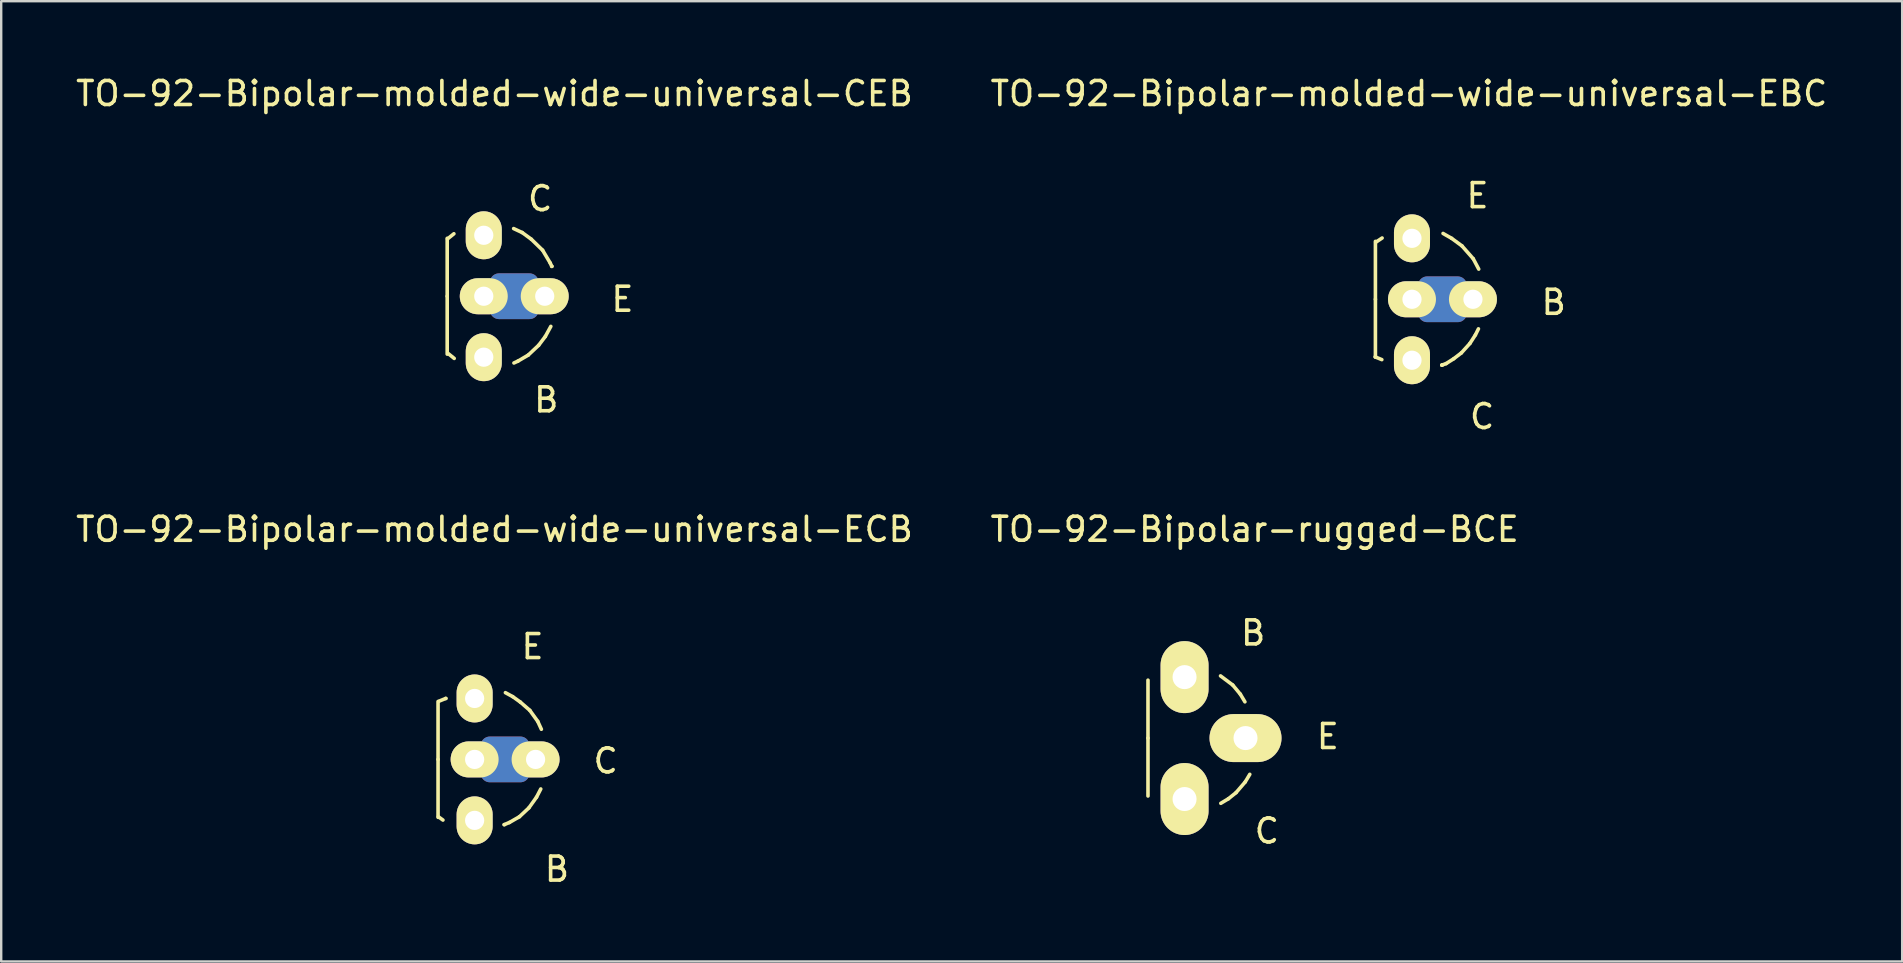
<source format=kicad_pcb>
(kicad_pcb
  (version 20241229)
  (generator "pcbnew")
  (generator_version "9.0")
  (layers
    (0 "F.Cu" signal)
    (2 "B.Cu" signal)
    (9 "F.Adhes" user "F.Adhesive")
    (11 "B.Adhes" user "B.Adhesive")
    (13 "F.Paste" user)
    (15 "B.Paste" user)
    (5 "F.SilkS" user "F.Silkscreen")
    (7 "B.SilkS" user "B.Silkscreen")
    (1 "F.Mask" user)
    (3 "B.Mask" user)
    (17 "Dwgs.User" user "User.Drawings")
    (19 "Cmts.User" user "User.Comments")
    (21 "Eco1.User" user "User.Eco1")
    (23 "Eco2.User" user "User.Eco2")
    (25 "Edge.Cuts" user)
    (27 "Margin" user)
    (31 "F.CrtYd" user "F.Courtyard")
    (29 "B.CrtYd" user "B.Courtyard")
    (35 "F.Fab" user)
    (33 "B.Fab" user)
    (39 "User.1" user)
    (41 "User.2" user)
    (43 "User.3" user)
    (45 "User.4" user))
  (footprint "TO-92-Bipolar-molded-wide-universal-ECB"
    (layer "F.Cu")
    (at 16.728 28.595)
    (property "Reference" "TO-92-Bipolar-molded-wide-universal-ECB" (at 0.826 -9.588 0) (layer "F.SilkS") (effects (font (size 1 1) (thickness 0.15))))
    (attr through_hole)
    (fp_line (start 0.635 -0.572) (end 1.905 -0.572) (stroke (width 0.762) (type solid)) (layer "F.Cu"))
    (fp_line (start 0.635 0.572) (end 1.905 0.572) (stroke (width 0.762) (type solid)) (layer "F.Cu"))
    (fp_line (start 0.889 0) (end 1.524 0) (stroke (width 0.762) (type solid)) (layer "F.Cu"))
    (fp_line (start 0.635 -0.572) (end 1.905 -0.572) (stroke (width 0.762) (type solid)) (layer "B.Cu"))
    (fp_line (start 0.635 0.572) (end 1.905 0.572) (stroke (width 0.762) (type solid)) (layer "B.Cu"))
    (fp_line (start 0.889 0) (end 1.524 0) (stroke (width 0.762) (type solid)) (layer "B.Cu"))
    (fp_line (start -1.524 0) (end -1.524 -2.413) (stroke (width 0.15) (type solid)) (layer "F.SilkS"))
    (fp_line (start -1.524 0) (end -1.524 2.413) (stroke (width 0.15) (type solid)) (layer "F.SilkS"))
    (fp_line (start -1.511 2.388) (end -1.321 2.527) (stroke (width 0.15) (type solid)) (layer "F.SilkS"))
    (fp_line (start -1.486 -2.426) (end -1.206 -2.54) (stroke (width 0.15) (type solid)) (layer "F.SilkS"))
    (fp_line (start -1.206 -2.54) (end -1.194 -2.54) (stroke (width 0.15) (type solid)) (layer "F.SilkS"))
    (fp_line (start 1.232 2.718) (end 1.245 2.718) (stroke (width 0.15) (type solid)) (layer "F.SilkS"))
    (fp_line (start 1.283 -2.781) (end 1.587 -2.616) (stroke (width 0.15) (type solid)) (layer "F.SilkS"))
    (fp_line (start 1.448 2.629) (end 1.232 2.718) (stroke (width 0.15) (type solid)) (layer "F.SilkS"))
    (fp_line (start 1.587 -2.616) (end 1.905 -2.388) (stroke (width 0.15) (type solid)) (layer "F.SilkS"))
    (fp_line (start 1.867 2.388) (end 1.448 2.629) (stroke (width 0.15) (type solid)) (layer "F.SilkS"))
    (fp_line (start 1.905 -2.388) (end 2.299 -2.045) (stroke (width 0.15) (type solid)) (layer "F.SilkS"))
    (fp_line (start 2.261 2.019) (end 1.867 2.388) (stroke (width 0.15) (type solid)) (layer "F.SilkS"))
    (fp_line (start 2.299 -2.045) (end 2.629 -1.587) (stroke (width 0.15) (type solid)) (layer "F.SilkS"))
    (fp_line (start 2.578 1.575) (end 2.261 2.019) (stroke (width 0.15) (type solid)) (layer "F.SilkS"))
    (fp_line (start 2.629 -1.587) (end 2.781 -1.257) (stroke (width 0.15) (type solid)) (layer "F.SilkS"))
    (fp_line (start 2.756 1.232) (end 2.578 1.575) (stroke (width 0.15) (type solid)) (layer "F.SilkS"))
    (fp_text user "C" (at 5.461 0.064 0) (layer "F.SilkS") (effects (font (size 1 1) (thickness 0.15))))
    (fp_text user "B" (at 3.429 4.572 0) (layer "F.SilkS") (effects (font (size 1 1) (thickness 0.15))))
    (fp_text user "E" (at 2.413 -4.699 0) (layer "F.SilkS") (effects (font (size 1 1) (thickness 0.15))))
    (pad "B" thru_hole oval (at 0 2.54) (size 1.501 1.999) (drill 0.8) (layers "*.Cu" "*.Mask" "F.SilkS"))
    (pad "C" thru_hole oval (at 0 0 90) (size 1.501 1.999) (drill 0.8) (layers "*.Cu" "*.Mask" "F.SilkS"))
    (pad "C" thru_hole oval (at 2.54 0) (size 1.999 1.501) (drill 0.8) (layers "*.Cu" "*.Mask" "F.SilkS"))
    (pad "E" thru_hole oval (at 0 -2.54) (size 1.501 1.999) (drill 0.8) (layers "*.Cu" "*.Mask" "F.SilkS")))
  (footprint "TO-92-Bipolar-rugged-BCE"
    (layer "F.Cu")
    (at 46.311 27.706)
    (property "Reference" "TO-92-Bipolar-rugged-BCE" (at 2.921 -8.7 0) (layer "F.SilkS") (effects (font (size 1 1) (thickness 0.15))))
    (attr through_hole)
    (fp_line (start -1.524 0) (end -1.524 -2.413) (stroke (width 0.15) (type solid)) (layer "F.SilkS"))
    (fp_line (start -1.524 0) (end -1.524 2.413) (stroke (width 0.15) (type solid)) (layer "F.SilkS"))
    (fp_line (start 1.499 -2.591) (end 2.007 -2.21) (stroke (width 0.15) (type solid)) (layer "F.SilkS"))
    (fp_line (start 1.829 2.527) (end 1.511 2.718) (stroke (width 0.15) (type solid)) (layer "F.SilkS"))
    (fp_line (start 2.007 -2.21) (end 2.324 -1.829) (stroke (width 0.15) (type solid)) (layer "F.SilkS"))
    (fp_line (start 2.146 2.273) (end 1.829 2.527) (stroke (width 0.15) (type solid)) (layer "F.SilkS"))
    (fp_line (start 2.324 -1.829) (end 2.515 -1.511) (stroke (width 0.15) (type solid)) (layer "F.SilkS"))
    (fp_line (start 2.527 1.829) (end 2.146 2.273) (stroke (width 0.15) (type solid)) (layer "F.SilkS"))
    (fp_line (start 2.718 1.511) (end 2.527 1.829) (stroke (width 0.15) (type solid)) (layer "F.SilkS"))
    (fp_text user "E" (at 5.969 -0.064 0) (layer "F.SilkS") (effects (font (size 1 1) (thickness 0.15))))
    (fp_text user "C" (at 3.429 3.873 0) (layer "F.SilkS") (effects (font (size 1 1) (thickness 0.15))))
    (fp_text user "B" (at 2.857 -4.381 0) (layer "F.SilkS") (effects (font (size 1 1) (thickness 0.15))))
    (pad "B" thru_hole oval (at 0 -2.54) (size 1.999 3) (drill 1.001) (layers "*.Cu" "*.Mask" "F.SilkS"))
    (pad "C" thru_hole oval (at 0 2.54) (size 1.999 3) (drill 1.001) (layers "*.Cu" "*.Mask" "F.SilkS"))
    (pad "E" thru_hole oval (at 2.54 0) (size 3 1.999) (drill 1.001) (layers "*.Cu" "*.Mask" "F.SilkS")))
  (footprint "TO-92-Bipolar-molded-wide-universal-EBC"
    (layer "F.Cu")
    (at 55.788 9.421)
    (property "Reference" "TO-92-Bipolar-molded-wide-universal-EBC" (at -0.127 -8.572 0) (layer "F.SilkS") (effects (font (size 1 1) (thickness 0.15))))
    (attr through_hole)
    (fp_line (start 0.635 -0.572) (end 1.905 -0.572) (stroke (width 0.762) (type solid)) (layer "F.Cu"))
    (fp_line (start 0.635 0.572) (end 1.905 0.572) (stroke (width 0.762) (type solid)) (layer "F.Cu"))
    (fp_line (start 0.889 0) (end 1.524 0) (stroke (width 0.762) (type solid)) (layer "F.Cu"))
    (fp_line (start 0.635 -0.572) (end 1.905 -0.572) (stroke (width 0.762) (type solid)) (layer "B.Cu"))
    (fp_line (start 0.635 0.572) (end 1.905 0.572) (stroke (width 0.762) (type solid)) (layer "B.Cu"))
    (fp_line (start 0.889 0) (end 1.524 0) (stroke (width 0.762) (type solid)) (layer "B.Cu"))
    (fp_line (start -1.537 2.4) (end -1.257 2.515) (stroke (width 0.15) (type solid)) (layer "F.SilkS"))
    (fp_line (start -1.524 0) (end -1.524 -2.413) (stroke (width 0.15) (type solid)) (layer "F.SilkS"))
    (fp_line (start -1.524 0) (end -1.524 2.413) (stroke (width 0.15) (type solid)) (layer "F.SilkS"))
    (fp_line (start -1.511 -2.375) (end -1.245 -2.553) (stroke (width 0.15) (type solid)) (layer "F.SilkS"))
    (fp_line (start 1.245 2.743) (end 1.257 2.743) (stroke (width 0.15) (type solid)) (layer "F.SilkS"))
    (fp_line (start 1.257 2.743) (end 1.245 2.743) (stroke (width 0.15) (type solid)) (layer "F.SilkS"))
    (fp_line (start 1.295 -2.743) (end 1.651 -2.54) (stroke (width 0.15) (type solid)) (layer "F.SilkS"))
    (fp_line (start 1.422 2.68) (end 1.245 2.743) (stroke (width 0.15) (type solid)) (layer "F.SilkS"))
    (fp_line (start 1.651 -2.54) (end 2.083 -2.223) (stroke (width 0.15) (type solid)) (layer "F.SilkS"))
    (fp_line (start 1.74 2.477) (end 1.422 2.68) (stroke (width 0.15) (type solid)) (layer "F.SilkS"))
    (fp_line (start 2.057 2.235) (end 1.74 2.477) (stroke (width 0.15) (type solid)) (layer "F.SilkS"))
    (fp_line (start 2.083 -2.223) (end 2.553 -1.689) (stroke (width 0.15) (type solid)) (layer "F.SilkS"))
    (fp_line (start 2.413 1.841) (end 2.057 2.235) (stroke (width 0.15) (type solid)) (layer "F.SilkS"))
    (fp_line (start 2.553 -1.689) (end 2.781 -1.257) (stroke (width 0.15) (type solid)) (layer "F.SilkS"))
    (fp_line (start 2.642 1.486) (end 2.413 1.841) (stroke (width 0.15) (type solid)) (layer "F.SilkS"))
    (fp_line (start 2.769 1.232) (end 2.642 1.486) (stroke (width 0.15) (type solid)) (layer "F.SilkS"))
    (fp_text user "C" (at 2.921 4.889 0) (layer "F.SilkS") (effects (font (size 1 1) (thickness 0.15))))
    (fp_text user "E" (at 2.731 -4.318 0) (layer "F.SilkS") (effects (font (size 1 1) (thickness 0.15))))
    (fp_text user "B" (at 5.905 0.127 0) (layer "F.SilkS") (effects (font (size 1 1) (thickness 0.15))))
    (pad "B" thru_hole oval (at 0 0 90) (size 1.501 1.999) (drill 0.8) (layers "*.Cu" "*.Mask" "F.SilkS"))
    (pad "B" thru_hole oval (at 2.54 0) (size 1.999 1.501) (drill 0.8) (layers "*.Cu" "*.Mask" "F.SilkS"))
    (pad "C" thru_hole oval (at 0 2.54) (size 1.501 1.999) (drill 0.8) (layers "*.Cu" "*.Mask" "F.SilkS"))
    (pad "E" thru_hole oval (at 0 -2.54) (size 1.501 1.999) (drill 0.8) (layers "*.Cu" "*.Mask" "F.SilkS")))
  (footprint "TO-92-Bipolar-molded-wide-universal-CEB"
    (layer "F.Cu")
    (at 17.109 9.294)
    (property "Reference" "TO-92-Bipolar-molded-wide-universal-CEB" (at 0.445 -8.445 0) (layer "F.SilkS") (effects (font (size 1 1) (thickness 0.15))))
    (attr through_hole)
    (fp_line (start 0.635 -0.572) (end 1.905 -0.572) (stroke (width 0.762) (type solid)) (layer "F.Cu"))
    (fp_line (start 0.635 0.572) (end 1.905 0.572) (stroke (width 0.762) (type solid)) (layer "F.Cu"))
    (fp_line (start 0.889 0) (end 1.524 0) (stroke (width 0.762) (type solid)) (layer "F.Cu"))
    (fp_line (start 0.635 -0.572) (end 1.905 -0.572) (stroke (width 0.762) (type solid)) (layer "B.Cu"))
    (fp_line (start 0.635 0.572) (end 1.905 0.572) (stroke (width 0.762) (type solid)) (layer "B.Cu"))
    (fp_line (start 0.889 0) (end 1.524 0) (stroke (width 0.762) (type solid)) (layer "B.Cu"))
    (fp_line (start -1.524 0) (end -1.524 -2.413) (stroke (width 0.15) (type solid)) (layer "F.SilkS"))
    (fp_line (start -1.524 0) (end -1.524 2.413) (stroke (width 0.15) (type solid)) (layer "F.SilkS"))
    (fp_line (start -1.511 -2.388) (end -1.245 -2.603) (stroke (width 0.15) (type solid)) (layer "F.SilkS"))
    (fp_line (start -1.499 2.375) (end -1.232 2.591) (stroke (width 0.15) (type solid)) (layer "F.SilkS"))
    (fp_line (start 1.245 -2.819) (end 1.6 -2.654) (stroke (width 0.15) (type solid)) (layer "F.SilkS"))
    (fp_line (start 1.422 2.705) (end 1.257 2.781) (stroke (width 0.15) (type solid)) (layer "F.SilkS"))
    (fp_line (start 1.6 -2.654) (end 1.981 -2.375) (stroke (width 0.15) (type solid)) (layer "F.SilkS"))
    (fp_line (start 1.854 2.451) (end 1.422 2.705) (stroke (width 0.15) (type solid)) (layer "F.SilkS"))
    (fp_line (start 1.981 -2.375) (end 2.451 -1.918) (stroke (width 0.15) (type solid)) (layer "F.SilkS"))
    (fp_line (start 2.286 2.045) (end 1.854 2.451) (stroke (width 0.15) (type solid)) (layer "F.SilkS"))
    (fp_line (start 2.451 -1.918) (end 2.769 -1.384) (stroke (width 0.15) (type solid)) (layer "F.SilkS"))
    (fp_line (start 2.565 1.676) (end 2.286 2.045) (stroke (width 0.15) (type solid)) (layer "F.SilkS"))
    (fp_line (start 2.769 -1.384) (end 2.832 -1.245) (stroke (width 0.15) (type solid)) (layer "F.SilkS"))
    (fp_line (start 2.794 1.257) (end 2.565 1.676) (stroke (width 0.15) (type solid)) (layer "F.SilkS"))
    (fp_line (start 2.832 -1.245) (end 2.845 -1.245) (stroke (width 0.15) (type solid)) (layer "F.SilkS"))
    (fp_text user "E" (at 5.779 0.127 0) (layer "F.SilkS") (effects (font (size 1 1) (thickness 0.15))))
    (fp_text user "C" (at 2.349 -4.064 0) (layer "F.SilkS") (effects (font (size 1 1) (thickness 0.15))))
    (fp_text user "B" (at 2.603 4.318 0) (layer "F.SilkS") (effects (font (size 1 1) (thickness 0.15))))
    (pad "B" thru_hole oval (at 0 2.54) (size 1.501 1.999) (drill 0.8) (layers "*.Cu" "*.Mask" "F.SilkS"))
    (pad "C" thru_hole oval (at 0 -2.54) (size 1.501 1.999) (drill 0.8) (layers "*.Cu" "*.Mask" "F.SilkS"))
    (pad "E" thru_hole oval (at 0 0 90) (size 1.501 1.999) (drill 0.8) (layers "*.Cu" "*.Mask" "F.SilkS"))
    (pad "E" thru_hole oval (at 2.54 0) (size 1.999 1.501) (drill 0.8) (layers "*.Cu" "*.Mask" "F.SilkS")))
  (gr_rect
    (start -3 -3)
    (end 76.214 37.016)
    (stroke (width 0.1) (type default))
    (fill no)
    (layer "Edge.Cuts")))
</source>
